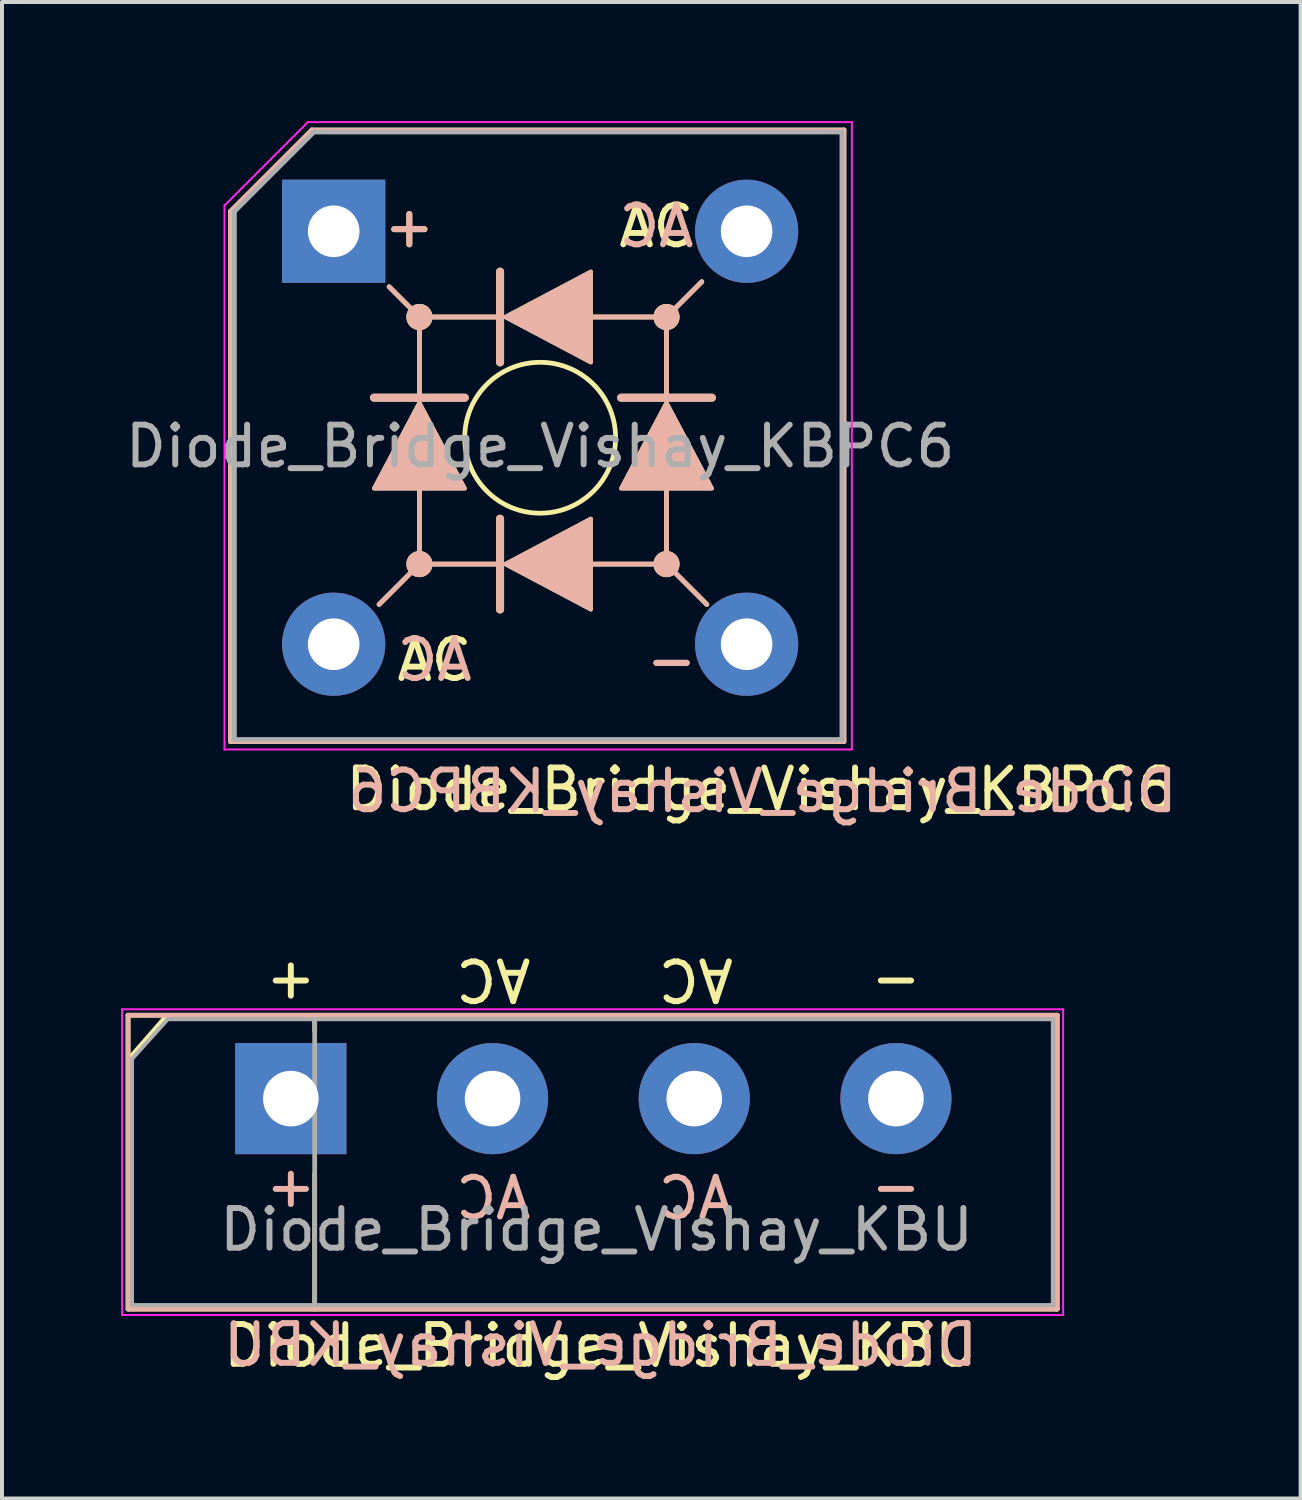
<source format=kicad_pcb>
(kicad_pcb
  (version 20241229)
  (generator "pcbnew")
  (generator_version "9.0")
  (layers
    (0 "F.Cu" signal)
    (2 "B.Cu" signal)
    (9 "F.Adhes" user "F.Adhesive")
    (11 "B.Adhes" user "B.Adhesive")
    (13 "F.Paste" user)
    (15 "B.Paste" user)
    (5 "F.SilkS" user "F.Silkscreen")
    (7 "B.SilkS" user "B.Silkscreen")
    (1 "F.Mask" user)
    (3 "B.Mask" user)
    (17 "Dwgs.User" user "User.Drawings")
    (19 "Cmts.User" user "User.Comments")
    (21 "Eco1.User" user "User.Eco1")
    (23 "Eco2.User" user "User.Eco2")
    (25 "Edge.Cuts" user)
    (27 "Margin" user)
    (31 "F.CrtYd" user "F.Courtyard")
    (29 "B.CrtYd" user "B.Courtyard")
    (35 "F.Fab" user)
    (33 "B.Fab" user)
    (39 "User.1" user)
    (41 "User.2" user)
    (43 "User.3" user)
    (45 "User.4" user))
  (footprint "Diode_Bridge_Vishay_KBPC6"
    (layer "F.Cu")
    (at 5.354 2.775)
    (property "Reference" "Diode_Bridge_Vishay_KBPC6" (at 10.75 14.05 180) (layer "F.SilkS") (effects (font (size 1 1) (thickness 0.15))))
    (fp_line (start -2.6 -0.5) (end -2.6 12.85) (stroke (width 0.12) (type solid)) (layer "F.SilkS"))
    (fp_line (start -2.6 12.85) (end 12.85 12.85) (stroke (width 0.12) (type solid)) (layer "F.SilkS"))
    (fp_line (start -0.55 -2.55) (end -2.6 -0.5) (stroke (width 0.12) (type solid)) (layer "F.SilkS"))
    (fp_line (start 1.143 9.398) (end 2.159 8.382) (stroke (width 0.12) (type solid)) (layer "F.SilkS"))
    (fp_line (start 1.397 1.397) (end 2.159 2.159) (stroke (width 0.12) (type solid)) (layer "F.SilkS"))
    (fp_line (start 2.159 4.191) (end 1.016 4.191) (stroke (width 0.2) (type solid)) (layer "F.SilkS"))
    (fp_line (start 2.159 4.191) (end 2.159 2.159) (stroke (width 0.12) (type solid)) (layer "F.SilkS"))
    (fp_line (start 2.159 8.128) (end 2.159 6.477) (stroke (width 0.12) (type solid)) (layer "F.SilkS"))
    (fp_line (start 3.302 4.191) (end 2.159 4.191) (stroke (width 0.2) (type solid)) (layer "F.SilkS"))
    (fp_line (start 4.191 1.016) (end 4.191 2.159) (stroke (width 0.2) (type solid)) (layer "F.SilkS"))
    (fp_line (start 4.191 2.159) (end 2.159 2.159) (stroke (width 0.12) (type solid)) (layer "F.SilkS"))
    (fp_line (start 4.191 2.159) (end 4.191 3.302) (stroke (width 0.2) (type solid)) (layer "F.SilkS"))
    (fp_line (start 4.191 7.239) (end 4.191 8.382) (stroke (width 0.2) (type solid)) (layer "F.SilkS"))
    (fp_line (start 4.191 8.382) (end 2.159 8.382) (stroke (width 0.12) (type solid)) (layer "F.SilkS"))
    (fp_line (start 4.191 8.382) (end 4.191 9.525) (stroke (width 0.2) (type solid)) (layer "F.SilkS"))
    (fp_line (start 8.128 2.159) (end 6.477 2.159) (stroke (width 0.12) (type solid)) (layer "F.SilkS"))
    (fp_line (start 8.292 8.382) (end 6.477 8.382) (stroke (width 0.12) (type solid)) (layer "F.SilkS"))
    (fp_line (start 8.382 4.191) (end 7.239 4.191) (stroke (width 0.2) (type solid)) (layer "F.SilkS"))
    (fp_line (start 8.382 4.191) (end 8.382 2.159) (stroke (width 0.12) (type solid)) (layer "F.SilkS"))
    (fp_line (start 8.382 8.382) (end 8.382 6.477) (stroke (width 0.12) (type solid)) (layer "F.SilkS"))
    (fp_line (start 9.271 1.27) (end 8.255 2.286) (stroke (width 0.12) (type solid)) (layer "F.SilkS"))
    (fp_line (start 9.398 9.398) (end 8.382 8.382) (stroke (width 0.12) (type solid)) (layer "F.SilkS"))
    (fp_line (start 9.525 4.191) (end 8.382 4.191) (stroke (width 0.2) (type solid)) (layer "F.SilkS"))
    (fp_line (start 12.85 -2.55) (end -0.55 -2.55) (stroke (width 0.12) (type solid)) (layer "F.SilkS"))
    (fp_line (start 12.85 12.85) (end 12.85 -2.55) (stroke (width 0.12) (type solid)) (layer "F.SilkS"))
    (fp_circle (center 2.159 2.159) (end 2.223 2.095) (stroke (width 0.12) (type solid)) (fill no) (layer "F.SilkS"))
    (fp_circle (center 2.159 2.159) (end 2.286 2.032) (stroke (width 0.12) (type solid)) (fill no) (layer "F.SilkS"))
    (fp_circle (center 2.159 2.159) (end 2.349 1.968) (stroke (width 0.12) (type solid)) (fill no) (layer "F.SilkS"))
    (fp_circle (center 2.159 8.382) (end 2.223 8.319) (stroke (width 0.12) (type solid)) (fill no) (layer "F.SilkS"))
    (fp_circle (center 2.159 8.382) (end 2.286 8.255) (stroke (width 0.12) (type solid)) (fill no) (layer "F.SilkS"))
    (fp_circle (center 2.159 8.382) (end 2.349 8.191) (stroke (width 0.12) (type solid)) (fill no) (layer "F.SilkS"))
    (fp_circle (center 5.2 5.2) (end 5.2 7.1) (stroke (width 0.12) (type solid)) (fill no) (layer "F.SilkS"))
    (fp_circle (center 8.382 2.159) (end 8.445 2.095) (stroke (width 0.12) (type solid)) (fill no) (layer "F.SilkS"))
    (fp_circle (center 8.382 2.159) (end 8.509 2.032) (stroke (width 0.12) (type solid)) (fill no) (layer "F.SilkS"))
    (fp_circle (center 8.382 2.159) (end 8.572 1.968) (stroke (width 0.12) (type solid)) (fill no) (layer "F.SilkS"))
    (fp_circle (center 8.382 8.382) (end 8.445 8.319) (stroke (width 0.12) (type solid)) (fill no) (layer "F.SilkS"))
    (fp_circle (center 8.382 8.382) (end 8.509 8.255) (stroke (width 0.12) (type solid)) (fill no) (layer "F.SilkS"))
    (fp_circle (center 8.382 8.382) (end 8.572 8.191) (stroke (width 0.12) (type solid)) (fill no) (layer "F.SilkS"))
    (fp_poly (pts (xy 3.302 6.477) (xy 1.016 6.477) (xy 2.159 4.318)) (stroke (width 0.1) (type solid)) (fill yes) (layer "F.SilkS"))
    (fp_poly (pts (xy 6.477 1.016) (xy 6.477 3.302) (xy 4.318 2.159)) (stroke (width 0.1) (type solid)) (fill yes) (layer "F.SilkS"))
    (fp_poly (pts (xy 6.477 7.239) (xy 6.477 9.525) (xy 4.318 8.382)) (stroke (width 0.1) (type solid)) (fill yes) (layer "F.SilkS"))
    (fp_poly (pts (xy 9.525 6.477) (xy 7.239 6.477) (xy 8.382 4.318)) (stroke (width 0.1) (type solid)) (fill yes) (layer "F.SilkS"))
    (fp_line (start -2.6 -0.5) (end -2.6 12.85) (stroke (width 0.12) (type solid)) (layer "B.SilkS"))
    (fp_line (start -2.6 12.85) (end 12.85 12.85) (stroke (width 0.12) (type solid)) (layer "B.SilkS"))
    (fp_line (start -0.55 -2.55) (end -2.6 -0.5) (stroke (width 0.12) (type solid)) (layer "B.SilkS"))
    (fp_line (start 1.143 9.398) (end 2.159 8.382) (stroke (width 0.12) (type solid)) (layer "B.SilkS"))
    (fp_line (start 1.397 1.397) (end 2.159 2.159) (stroke (width 0.12) (type solid)) (layer "B.SilkS"))
    (fp_line (start 2.159 4.191) (end 1.016 4.191) (stroke (width 0.2) (type solid)) (layer "B.SilkS"))
    (fp_line (start 2.159 4.191) (end 2.159 2.159) (stroke (width 0.12) (type solid)) (layer "B.SilkS"))
    (fp_line (start 2.159 8.128) (end 2.159 6.477) (stroke (width 0.12) (type solid)) (layer "B.SilkS"))
    (fp_line (start 3.302 4.191) (end 2.159 4.191) (stroke (width 0.2) (type solid)) (layer "B.SilkS"))
    (fp_line (start 4.191 1.016) (end 4.191 2.159) (stroke (width 0.2) (type solid)) (layer "B.SilkS"))
    (fp_line (start 4.191 2.159) (end 2.159 2.159) (stroke (width 0.12) (type solid)) (layer "B.SilkS"))
    (fp_line (start 4.191 2.159) (end 4.191 3.302) (stroke (width 0.2) (type solid)) (layer "B.SilkS"))
    (fp_line (start 4.191 7.239) (end 4.191 8.382) (stroke (width 0.2) (type solid)) (layer "B.SilkS"))
    (fp_line (start 4.191 8.382) (end 2.159 8.382) (stroke (width 0.12) (type solid)) (layer "B.SilkS"))
    (fp_line (start 4.191 8.382) (end 4.191 9.525) (stroke (width 0.2) (type solid)) (layer "B.SilkS"))
    (fp_line (start 8.128 2.159) (end 6.477 2.159) (stroke (width 0.12) (type solid)) (layer "B.SilkS"))
    (fp_line (start 8.292 8.382) (end 6.477 8.382) (stroke (width 0.12) (type solid)) (layer "B.SilkS"))
    (fp_line (start 8.382 4.191) (end 7.239 4.191) (stroke (width 0.2) (type solid)) (layer "B.SilkS"))
    (fp_line (start 8.382 4.191) (end 8.382 2.159) (stroke (width 0.12) (type solid)) (layer "B.SilkS"))
    (fp_line (start 8.382 8.382) (end 8.382 6.477) (stroke (width 0.12) (type solid)) (layer "B.SilkS"))
    (fp_line (start 9.271 1.27) (end 8.255 2.286) (stroke (width 0.12) (type solid)) (layer "B.SilkS"))
    (fp_line (start 9.398 9.398) (end 8.382 8.382) (stroke (width 0.12) (type solid)) (layer "B.SilkS"))
    (fp_line (start 9.525 4.191) (end 8.382 4.191) (stroke (width 0.2) (type solid)) (layer "B.SilkS"))
    (fp_line (start 12.85 -2.55) (end -0.55 -2.55) (stroke (width 0.12) (type solid)) (layer "B.SilkS"))
    (fp_line (start 12.85 12.85) (end 12.85 -2.55) (stroke (width 0.12) (type solid)) (layer "B.SilkS"))
    (fp_circle (center 2.159 2.159) (end 2.249 2.159) (stroke (width 0.12) (type solid)) (fill no) (layer "B.SilkS"))
    (fp_circle (center 2.159 2.159) (end 2.339 2.159) (stroke (width 0.12) (type solid)) (fill no) (layer "B.SilkS"))
    (fp_circle (center 2.159 2.159) (end 2.428 2.159) (stroke (width 0.12) (type solid)) (fill no) (layer "B.SilkS"))
    (fp_circle (center 2.159 8.382) (end 2.249 8.382) (stroke (width 0.12) (type solid)) (fill no) (layer "B.SilkS"))
    (fp_circle (center 2.159 8.382) (end 2.339 8.382) (stroke (width 0.12) (type solid)) (fill no) (layer "B.SilkS"))
    (fp_circle (center 2.159 8.382) (end 2.428 8.382) (stroke (width 0.12) (type solid)) (fill no) (layer "B.SilkS"))
    (fp_circle (center 8.382 2.159) (end 8.472 2.159) (stroke (width 0.12) (type solid)) (fill no) (layer "B.SilkS"))
    (fp_circle (center 8.382 2.159) (end 8.562 2.159) (stroke (width 0.12) (type solid)) (fill no) (layer "B.SilkS"))
    (fp_circle (center 8.382 2.159) (end 8.651 2.159) (stroke (width 0.12) (type solid)) (fill no) (layer "B.SilkS"))
    (fp_circle (center 8.382 8.382) (end 8.472 8.382) (stroke (width 0.12) (type solid)) (fill no) (layer "B.SilkS"))
    (fp_circle (center 8.382 8.382) (end 8.562 8.382) (stroke (width 0.12) (type solid)) (fill no) (layer "B.SilkS"))
    (fp_circle (center 8.382 8.382) (end 8.651 8.382) (stroke (width 0.12) (type solid)) (fill no) (layer "B.SilkS"))
    (fp_poly (pts (xy 3.302 6.477) (xy 1.016 6.477) (xy 2.159 4.318)) (stroke (width 0.1) (type solid)) (fill yes) (layer "B.SilkS"))
    (fp_poly (pts (xy 6.477 1.016) (xy 6.477 3.302) (xy 4.318 2.159)) (stroke (width 0.1) (type solid)) (fill yes) (layer "B.SilkS"))
    (fp_poly (pts (xy 6.477 7.239) (xy 6.477 9.525) (xy 4.318 8.382)) (stroke (width 0.1) (type solid)) (fill yes) (layer "B.SilkS"))
    (fp_poly (pts (xy 9.525 6.477) (xy 7.239 6.477) (xy 8.382 4.318)) (stroke (width 0.1) (type solid)) (fill yes) (layer "B.SilkS"))
    (fp_line (start -2.75 -0.65) (end -0.65 -2.75) (stroke (width 0.05) (type solid)) (layer "F.CrtYd"))
    (fp_line (start -2.75 13.05) (end -2.75 -0.65) (stroke (width 0.05) (type solid)) (layer "F.CrtYd"))
    (fp_line (start -0.65 -2.75) (end 13.05 -2.75) (stroke (width 0.05) (type solid)) (layer "F.CrtYd"))
    (fp_line (start 13.05 -2.75) (end 13.05 13.05) (stroke (width 0.05) (type solid)) (layer "F.CrtYd"))
    (fp_line (start 13.05 13.05) (end -2.75 13.05) (stroke (width 0.05) (type solid)) (layer "F.CrtYd"))
    (fp_line (start -2.5 -0.5) (end -0.5 -2.5) (stroke (width 0.12) (type solid)) (layer "F.Fab"))
    (fp_line (start -2.5 12.8) (end -2.5 -0.5) (stroke (width 0.12) (type solid)) (layer "F.Fab"))
    (fp_line (start -0.5 -2.5) (end 12.8 -2.5) (stroke (width 0.12) (type solid)) (layer "F.Fab"))
    (fp_line (start 12.8 -2.5) (end 12.8 12.8) (stroke (width 0.12) (type solid)) (layer "F.Fab"))
    (fp_line (start 12.8 12.8) (end -2.5 12.8) (stroke (width 0.12) (type solid)) (layer "F.Fab"))
    (fp_text user "-" (at 8.509 10.795 0) (layer "F.SilkS") (effects (font (size 1 1) (thickness 0.15))))
    (fp_text user "+" (at 1.905 -0.127 0) (layer "F.SilkS") (effects (font (size 1 1) (thickness 0.15))))
    (fp_text user "AC" (at 8.128 -0.127 0) (layer "F.SilkS") (effects (font (size 1 1) (thickness 0.15))))
    (fp_text user "AC" (at 2.54 10.795 0) (layer "F.SilkS") (effects (font (size 1 1) (thickness 0.15))))
    (fp_text user "${REFERENCE}" (at 10.8 14.1 0) (layer "B.SilkS") (effects (font (size 1 1) (thickness 0.15)) (justify mirror)))
    (fp_text user "AC" (at 8.128 -0.127 0) (layer "B.SilkS") (effects (font (size 1 1) (thickness 0.15)) (justify mirror)))
    (fp_text user "-" (at 8.509 10.795 0) (layer "B.SilkS") (effects (font (size 1 1) (thickness 0.15)) (justify mirror)))
    (fp_text user "AC" (at 2.54 10.795 0) (layer "B.SilkS") (effects (font (size 1 1) (thickness 0.15)) (justify mirror)))
    (fp_text user "+" (at 1.905 -0.127 0) (layer "B.SilkS") (effects (font (size 1 1) (thickness 0.15)) (justify mirror)))
    (fp_text user "${REFERENCE}" (at 5.2 5.415 180) (layer "F.Fab") (effects (font (size 1 1) (thickness 0.15))))
    (pad "1" thru_hole rect (at 0 0) (size 2.6 2.6) (drill 1.3) (layers "*.Cu" "*.Mask"))
    (pad "2" thru_hole circle (at 0 10.4) (size 2.6 2.6) (drill 1.3) (layers "*.Cu" "*.Mask"))
    (pad "3" thru_hole circle (at 10.4 10.4) (size 2.6 2.6) (drill 1.3) (layers "*.Cu" "*.Mask"))
    (pad "4" thru_hole circle (at 10.4 0) (size 2.6 2.6) (drill 1.3) (layers "*.Cu" "*.Mask")))
  (footprint "Diode_Bridge_Vishay_KBU"
    (layer "F.Cu")
    (at 4.275 24.619)
    (property "Reference" "Diode_Bridge_Vishay_KBU" (at 7.8 6.223 0) (layer "F.SilkS") (effects (font (size 1 1) (thickness 0.15))))
    (fp_line (start -4.1 -2.1) (end -4.1 5.3) (stroke (width 0.12) (type solid)) (layer "F.SilkS"))
    (fp_line (start -4.1 5.3) (end 19.3 5.3) (stroke (width 0.12) (type solid)) (layer "F.SilkS"))
    (fp_line (start -4.064 -1.016) (end -3.175 -2.032) (stroke (width 0.12) (type solid)) (layer "F.SilkS"))
    (fp_line (start 0.6 -1.7) (end 0.6 -2.1) (stroke (width 0.12) (type solid)) (layer "F.SilkS"))
    (fp_line (start 0.6 1.9) (end 0.6 5.3) (stroke (width 0.12) (type solid)) (layer "F.SilkS"))
    (fp_line (start 19.3 -2.1) (end -4.1 -2.1) (stroke (width 0.12) (type solid)) (layer "F.SilkS"))
    (fp_line (start 19.3 5.3) (end 19.3 -2.1) (stroke (width 0.12) (type solid)) (layer "F.SilkS"))
    (fp_line (start -4.1 -2.1) (end 19.3 -2.1) (stroke (width 0.12) (type solid)) (layer "B.SilkS"))
    (fp_line (start -4.1 5.3) (end -4.1 -2.1) (stroke (width 0.12) (type solid)) (layer "B.SilkS"))
    (fp_line (start 19.3 -2.1) (end 19.3 5.3) (stroke (width 0.12) (type solid)) (layer "B.SilkS"))
    (fp_line (start 19.3 5.3) (end -4.1 5.3) (stroke (width 0.12) (type solid)) (layer "B.SilkS"))
    (fp_line (start -4.25 -2.25) (end -4.25 5.45) (stroke (width 0.05) (type solid)) (layer "F.CrtYd"))
    (fp_line (start -4.25 -2.25) (end 19.45 -2.25) (stroke (width 0.05) (type solid)) (layer "F.CrtYd"))
    (fp_line (start 19.45 5.45) (end -4.25 5.45) (stroke (width 0.05) (type solid)) (layer "F.CrtYd"))
    (fp_line (start 19.45 5.45) (end 19.45 -2.25) (stroke (width 0.05) (type solid)) (layer "F.CrtYd"))
    (fp_line (start -4 -1) (end -4 5.2) (stroke (width 0.1) (type solid)) (layer "F.Fab"))
    (fp_line (start -4 5.2) (end 19.2 5.2) (stroke (width 0.1) (type solid)) (layer "F.Fab"))
    (fp_line (start -3.1 -2) (end -4 -1) (stroke (width 0.1) (type solid)) (layer "F.Fab"))
    (fp_line (start 0.6 -2) (end 0.6 5.2) (stroke (width 0.12) (type solid)) (layer "F.Fab"))
    (fp_line (start 19.2 -2) (end -3.1 -2) (stroke (width 0.1) (type solid)) (layer "F.Fab"))
    (fp_line (start 19.2 5.2) (end 19.2 -2) (stroke (width 0.12) (type solid)) (layer "F.Fab"))
    (fp_text user "+" (at 0 -3.048 0) (layer "F.SilkS") (effects (font (size 1 1) (thickness 0.15))))
    (fp_text user "AC" (at 10.2 -3 180) (unlocked yes) (layer "F.SilkS") (effects (font (size 1 1) (thickness 0.15))))
    (fp_text user "-" (at 15.24 -3.048 0) (layer "F.SilkS") (effects (font (size 1 1) (thickness 0.15))))
    (fp_text user "AC" (at 5.1 -3 180) (unlocked yes) (layer "F.SilkS") (effects (font (size 1 1) (thickness 0.15))))
    (fp_text user "AC" (at 5.1 2.514 0) (layer "B.SilkS") (effects (font (size 1 1) (thickness 0.15)) (justify mirror)))
    (fp_text user "-" (at 15.24 2.2 0) (layer "B.SilkS") (effects (font (size 1 1) (thickness 0.15)) (justify mirror)))
    (fp_text user "AC" (at 10.2 2.514 0) (layer "B.SilkS") (effects (font (size 1 1) (thickness 0.15)) (justify mirror)))
    (fp_text user "+" (at 0 2.2 0) (layer "B.SilkS") (effects (font (size 1 1) (thickness 0.15)) (justify mirror)))
    (fp_text user "${REFERENCE}" (at 7.8 6.2 0) (layer "B.SilkS") (effects (font (size 1 1) (thickness 0.15)) (justify mirror)))
    (fp_text user "${REFERENCE}" (at 7.7 3.3 0) (layer "F.Fab") (effects (font (size 1 1) (thickness 0.15))))
    (pad "1" thru_hole rect (at 0 0) (size 2.8 2.8) (drill 1.4) (layers "*.Cu" "*.Mask"))
    (pad "2" thru_hole circle (at 5.08 0) (size 2.8 2.8) (drill 1.4) (layers "*.Cu" "*.Mask"))
    (pad "3" thru_hole circle (at 10.16 0) (size 2.8 2.8) (drill 1.4) (layers "*.Cu" "*.Mask"))
    (pad "4" thru_hole circle (at 15.24 0) (size 2.8 2.8) (drill 1.4) (layers "*.Cu" "*.Mask")))
  (gr_rect
    (start -3 -3)
    (end 29.707 34.691)
    (stroke (width 0.1) (type default))
    (fill no)
    (layer "Edge.Cuts")))
</source>
